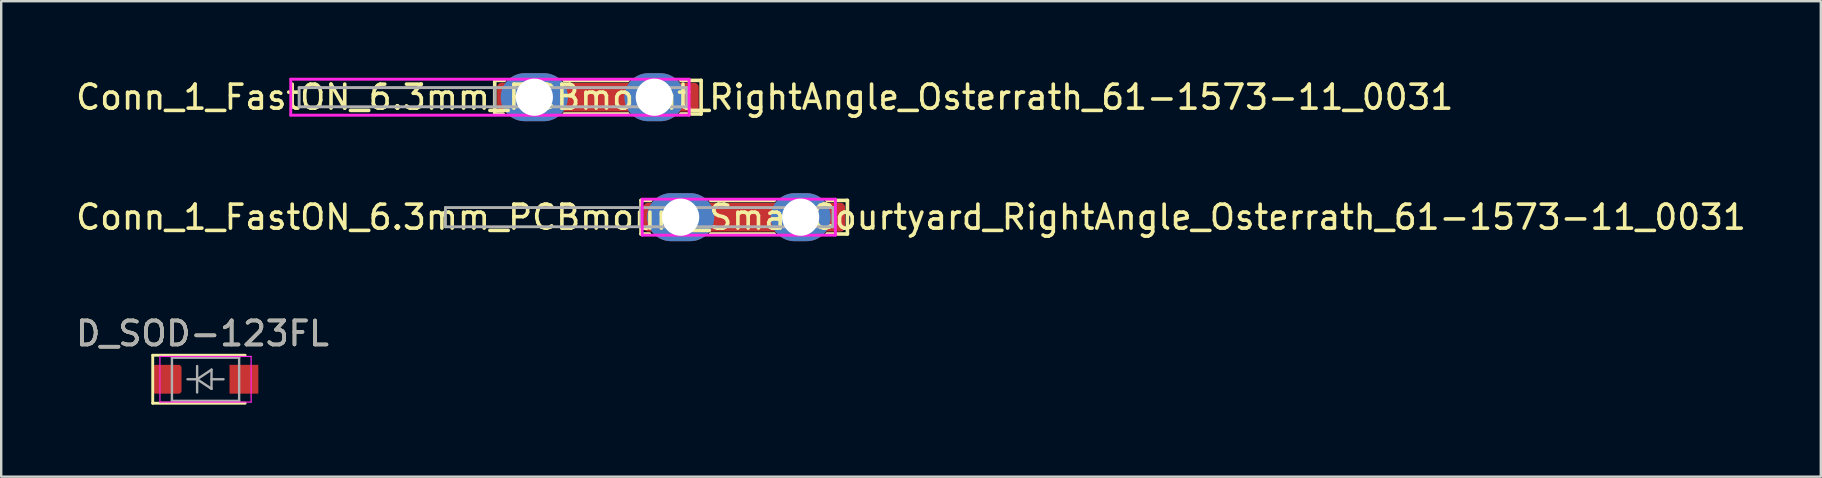
<source format=kicad_pcb>
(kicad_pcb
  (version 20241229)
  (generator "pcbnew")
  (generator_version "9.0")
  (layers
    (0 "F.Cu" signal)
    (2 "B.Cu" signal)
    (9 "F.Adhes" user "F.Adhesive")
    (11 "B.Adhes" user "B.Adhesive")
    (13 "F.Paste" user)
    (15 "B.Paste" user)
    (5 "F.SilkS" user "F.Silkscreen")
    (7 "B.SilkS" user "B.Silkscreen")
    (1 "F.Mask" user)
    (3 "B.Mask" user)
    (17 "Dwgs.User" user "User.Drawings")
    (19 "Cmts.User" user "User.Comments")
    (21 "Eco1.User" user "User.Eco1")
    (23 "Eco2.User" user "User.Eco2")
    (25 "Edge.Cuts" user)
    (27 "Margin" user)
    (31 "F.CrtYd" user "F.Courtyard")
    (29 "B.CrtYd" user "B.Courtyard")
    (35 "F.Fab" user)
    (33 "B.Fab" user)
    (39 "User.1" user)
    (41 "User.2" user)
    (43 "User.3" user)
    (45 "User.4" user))
  (footprint "Conn_1_FastON_6.3mm_PCBmount_RightAngle_Osterrath_61-1573-11_0031"
    (layer "F.Cu")
    (at 19.215 1)
    (property "Reference" "Conn_1_FastON_6.3mm_PCBmount_RightAngle_Osterrath_61-1573-11_0031" (at 9.6 0 0) (layer "F.SilkS") (effects (font (size 1 1) (thickness 0.15))))
    (attr through_hole)
    (fp_line (start -1.65 -0.7) (end -1.65 0.7) (stroke (width 0.15) (type solid)) (layer "F.SilkS"))
    (fp_line (start -1.65 -0.7) (end -1.25 -0.7) (stroke (width 0.15) (type solid)) (layer "F.SilkS"))
    (fp_line (start -1.65 0.7) (end -1.3 0.7) (stroke (width 0.15) (type solid)) (layer "F.SilkS"))
    (fp_line (start 3.9 -0.7) (end 1.25 -0.7) (stroke (width 0.15) (type solid)) (layer "F.SilkS"))
    (fp_line (start 3.9 0.7) (end 1.25 0.7) (stroke (width 0.15) (type solid)) (layer "F.SilkS"))
    (fp_line (start 6.95 -0.7) (end 6.1 -0.7) (stroke (width 0.15) (type solid)) (layer "F.SilkS"))
    (fp_line (start 6.95 0.7) (end 6.1 0.7) (stroke (width 0.15) (type solid)) (layer "F.SilkS"))
    (fp_line (start 6.95 0.7) (end 6.95 -0.7) (stroke (width 0.15) (type solid)) (layer "F.SilkS"))
    (fp_line (start -10.15 -0.75) (end -10.15 0.75) (stroke (width 0.12) (type solid)) (layer "F.CrtYd"))
    (fp_line (start -10.15 0.75) (end 6.45 0.75) (stroke (width 0.12) (type solid)) (layer "F.CrtYd"))
    (fp_line (start 6.45 -0.75) (end -10.15 -0.75) (stroke (width 0.12) (type solid)) (layer "F.CrtYd"))
    (fp_line (start 6.45 0.75) (end 6.45 -0.75) (stroke (width 0.12) (type solid)) (layer "F.CrtYd"))
    (fp_line (start -9.8 -0.4) (end -9.8 0.4) (stroke (width 0.12) (type solid)) (layer "F.Fab"))
    (fp_line (start -9.8 0.4) (end 6.35 0.4) (stroke (width 0.12) (type solid)) (layer "F.Fab"))
    (fp_line (start -1.65 0.4) (end -1.65 -0.4) (stroke (width 0.12) (type solid)) (layer "F.Fab"))
    (fp_line (start 6.35 -0.4) (end -9.8 -0.4) (stroke (width 0.12) (type solid)) (layer "F.Fab"))
    (fp_line (start 6.35 0.4) (end 6.35 -0.4) (stroke (width 0.12) (type solid)) (layer "F.Fab"))
    (pad "1" thru_hole oval (at 0 0) (size 2.8 2) (drill 1.55) (layers "*.Cu" "*.Mask"))
    (pad "1" smd roundrect (at 2.65 0) (size 8.4 1.2) (layers "F.Cu" "F.Mask" "F.Paste") (roundrect_rratio 0.15))
    (pad "1" thru_hole oval (at 5 0) (size 2.5 2) (drill 1.55) (layers "*.Cu" "*.Mask")))
  (footprint "D_SOD-123FL"
    (layer "F.Cu")
    (at 5.514 12.753)
    (property "Reference" "D_SOD-123FL" (at -0.127 -1.905 0) (layer "F.SilkS") (effects (font (size 1 1) (thickness 0.15))))
    (attr smd)
    (fp_line (start -2.2 -1) (end -2.2 1) (stroke (width 0.12) (type solid)) (layer "F.SilkS"))
    (fp_line (start -2.2 -1) (end 1.65 -1) (stroke (width 0.12) (type solid)) (layer "F.SilkS"))
    (fp_line (start -2.2 1) (end 1.65 1) (stroke (width 0.12) (type solid)) (layer "F.SilkS"))
    (fp_line (start -1.9 -0.95) (end -1.9 0.95) (stroke (width 0.05) (type solid)) (layer "F.CrtYd"))
    (fp_line (start -1.9 -0.95) (end 1.9 -0.95) (stroke (width 0.05) (type solid)) (layer "F.CrtYd"))
    (fp_line (start 1.9 0.95) (end -1.9 0.95) (stroke (width 0.05) (type solid)) (layer "F.CrtYd"))
    (fp_line (start 1.9 0.95) (end 1.9 -0.95) (stroke (width 0.05) (type solid)) (layer "F.CrtYd"))
    (fp_line (start -1.4 -0.9) (end 1.4 -0.9) (stroke (width 0.1) (type solid)) (layer "F.Fab"))
    (fp_line (start -1.4 0.9) (end -1.4 -0.9) (stroke (width 0.1) (type solid)) (layer "F.Fab"))
    (fp_line (start -0.75 0) (end -0.35 0) (stroke (width 0.1) (type solid)) (layer "F.Fab"))
    (fp_line (start -0.35 0) (end -0.35 -0.55) (stroke (width 0.1) (type solid)) (layer "F.Fab"))
    (fp_line (start -0.35 0) (end -0.35 0.55) (stroke (width 0.1) (type solid)) (layer "F.Fab"))
    (fp_line (start -0.35 0) (end 0.25 -0.4) (stroke (width 0.1) (type solid)) (layer "F.Fab"))
    (fp_line (start 0.25 -0.4) (end 0.25 0.4) (stroke (width 0.1) (type solid)) (layer "F.Fab"))
    (fp_line (start 0.25 0) (end 0.75 0) (stroke (width 0.1) (type solid)) (layer "F.Fab"))
    (fp_line (start 0.25 0.4) (end -0.35 0) (stroke (width 0.1) (type solid)) (layer "F.Fab"))
    (fp_line (start 1.4 -0.9) (end 1.4 0.9) (stroke (width 0.1) (type solid)) (layer "F.Fab"))
    (fp_line (start 1.4 0.9) (end -1.4 0.9) (stroke (width 0.1) (type solid)) (layer "F.Fab"))
    (fp_text user "${REFERENCE}" (at -0.127 -1.905 0) (layer "F.Fab") (effects (font (size 1 1) (thickness 0.15))))
    (pad "1" smd roundrect (at -1.6 0) (size 1.2 1.2) (layers "F.Cu" "F.Mask" "F.Paste") (roundrect_rratio 0.1))
    (pad "2" smd rect (at 1.6 0) (size 1.2 1.2) (layers "F.Cu" "F.Mask" "F.Paste")))
  (footprint "Conn_1_FastON_6.3mm_PCBmount_SmallCourtyard_RightAngle_Osterrath_61-1573-11_0031"
    (layer "F.Cu")
    (at 25.311 6)
    (property "Reference" "Conn_1_FastON_6.3mm_PCBmount_SmallCourtyard_RightAngle_Osterrath_61-1573-11_0031" (at 9.6 0 0) (layer "F.SilkS") (effects (font (size 1 1) (thickness 0.15))))
    (attr through_hole)
    (fp_line (start -1.65 -0.7) (end -1.65 0.7) (stroke (width 0.15) (type solid)) (layer "F.SilkS"))
    (fp_line (start -1.65 -0.7) (end -1.25 -0.7) (stroke (width 0.15) (type solid)) (layer "F.SilkS"))
    (fp_line (start -1.65 0.7) (end -1.3 0.7) (stroke (width 0.15) (type solid)) (layer "F.SilkS"))
    (fp_line (start 3.9 -0.7) (end 1.25 -0.7) (stroke (width 0.15) (type solid)) (layer "F.SilkS"))
    (fp_line (start 3.9 0.7) (end 1.25 0.7) (stroke (width 0.15) (type solid)) (layer "F.SilkS"))
    (fp_line (start 6.95 -0.7) (end 6.1 -0.7) (stroke (width 0.15) (type solid)) (layer "F.SilkS"))
    (fp_line (start 6.95 0.7) (end 6.1 0.7) (stroke (width 0.15) (type solid)) (layer "F.SilkS"))
    (fp_line (start 6.95 0.7) (end 6.95 -0.7) (stroke (width 0.15) (type solid)) (layer "F.SilkS"))
    (fp_line (start -1.6 -0.75) (end -1.6 0.75) (stroke (width 0.12) (type solid)) (layer "F.CrtYd"))
    (fp_line (start -1.6 0.75) (end 6.45 0.75) (stroke (width 0.12) (type solid)) (layer "F.CrtYd"))
    (fp_line (start 6.45 -0.75) (end -1.6 -0.75) (stroke (width 0.12) (type solid)) (layer "F.CrtYd"))
    (fp_line (start 6.45 0.75) (end 6.45 -0.75) (stroke (width 0.12) (type solid)) (layer "F.CrtYd"))
    (fp_line (start -9.8 -0.4) (end -9.8 0.4) (stroke (width 0.12) (type solid)) (layer "F.Fab"))
    (fp_line (start -9.8 0.4) (end 6.35 0.4) (stroke (width 0.12) (type solid)) (layer "F.Fab"))
    (fp_line (start -1.65 0.4) (end -1.65 -0.4) (stroke (width 0.12) (type solid)) (layer "F.Fab"))
    (fp_line (start 6.35 -0.4) (end -9.8 -0.4) (stroke (width 0.12) (type solid)) (layer "F.Fab"))
    (fp_line (start 6.35 0.4) (end 6.35 -0.4) (stroke (width 0.12) (type solid)) (layer "F.Fab"))
    (pad "1" thru_hole oval (at 0 0) (size 2.8 2) (drill 1.55) (layers "*.Cu" "*.Mask"))
    (pad "1" smd roundrect (at 2.65 0) (size 8.4 1.2) (layers "F.Cu" "F.Mask" "F.Paste") (roundrect_rratio 0.15))
    (pad "1" thru_hole oval (at 5 0) (size 2.5 2) (drill 1.55) (layers "*.Cu" "*.Mask")))
  (gr_rect
    (start -3 -3)
    (end 72.821 16.813)
    (stroke (width 0.1) (type default))
    (fill no)
    (layer "Edge.Cuts")))
</source>
